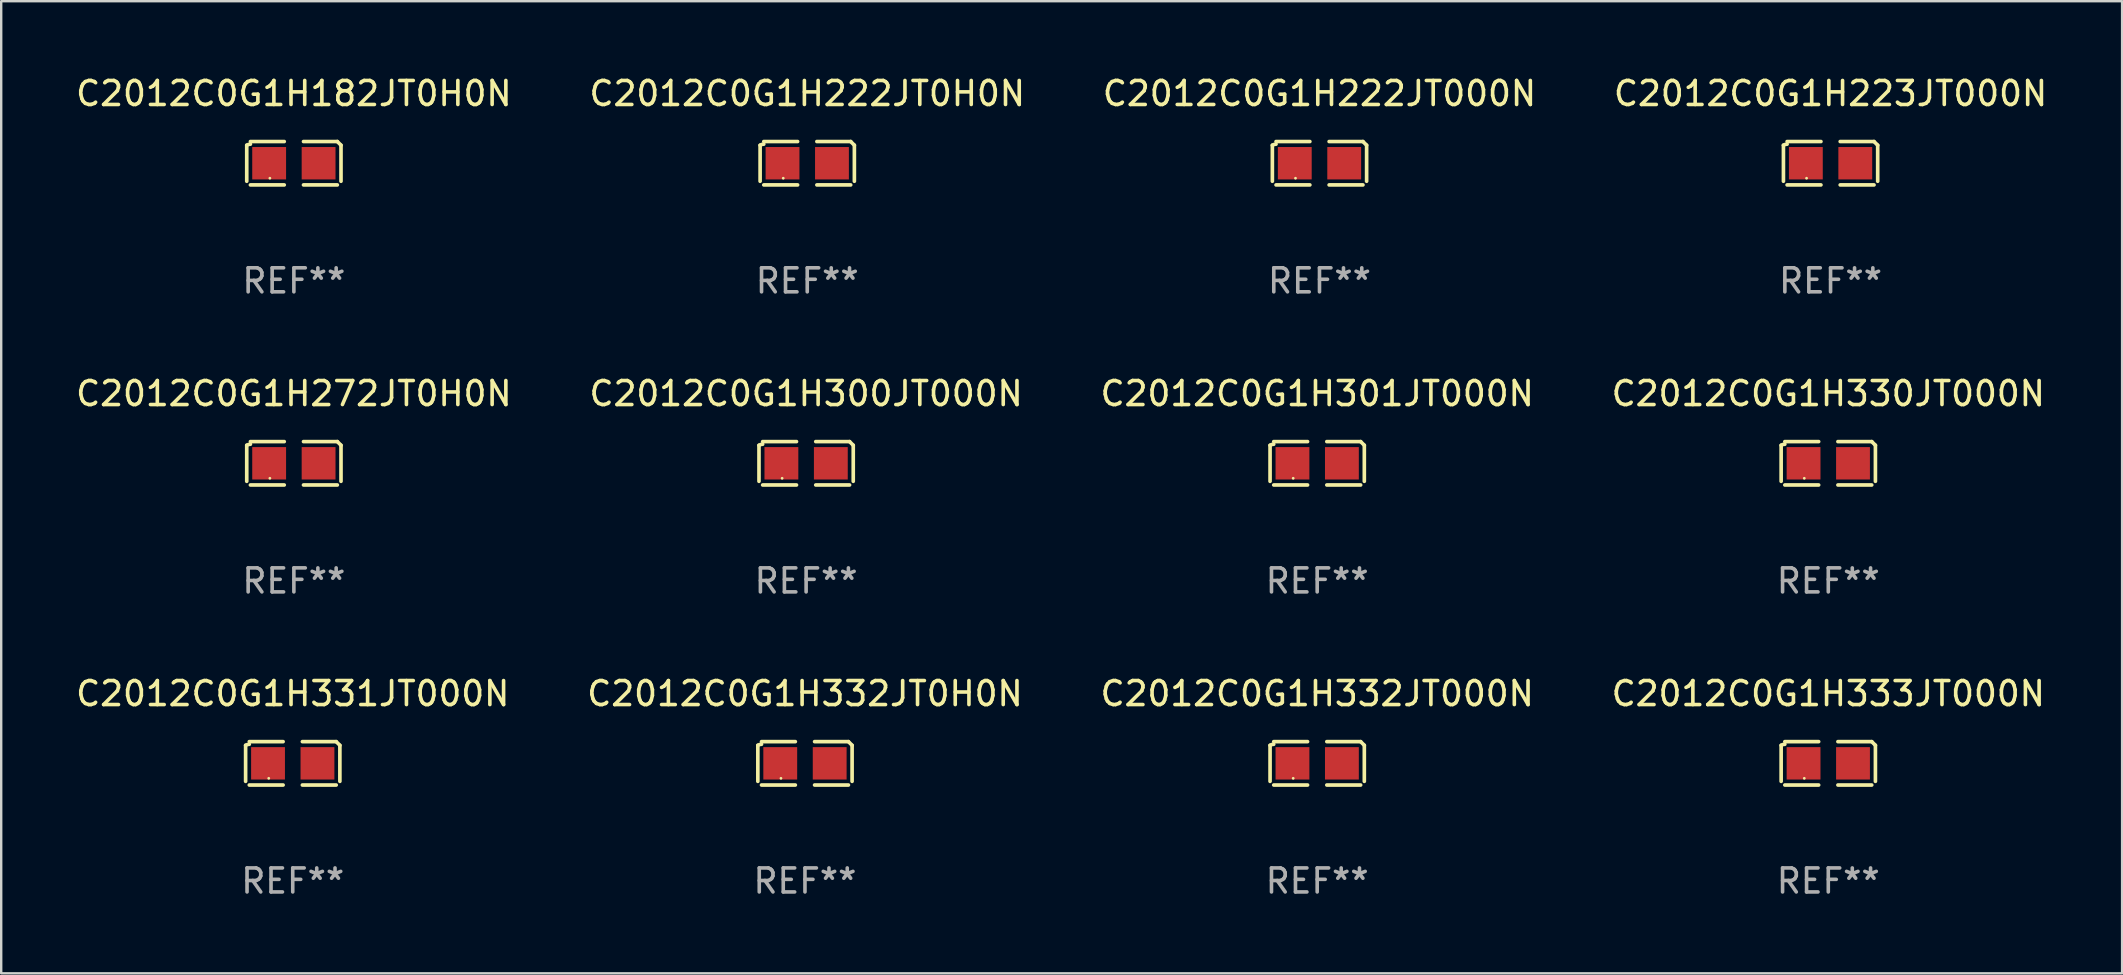
<source format=kicad_pcb>
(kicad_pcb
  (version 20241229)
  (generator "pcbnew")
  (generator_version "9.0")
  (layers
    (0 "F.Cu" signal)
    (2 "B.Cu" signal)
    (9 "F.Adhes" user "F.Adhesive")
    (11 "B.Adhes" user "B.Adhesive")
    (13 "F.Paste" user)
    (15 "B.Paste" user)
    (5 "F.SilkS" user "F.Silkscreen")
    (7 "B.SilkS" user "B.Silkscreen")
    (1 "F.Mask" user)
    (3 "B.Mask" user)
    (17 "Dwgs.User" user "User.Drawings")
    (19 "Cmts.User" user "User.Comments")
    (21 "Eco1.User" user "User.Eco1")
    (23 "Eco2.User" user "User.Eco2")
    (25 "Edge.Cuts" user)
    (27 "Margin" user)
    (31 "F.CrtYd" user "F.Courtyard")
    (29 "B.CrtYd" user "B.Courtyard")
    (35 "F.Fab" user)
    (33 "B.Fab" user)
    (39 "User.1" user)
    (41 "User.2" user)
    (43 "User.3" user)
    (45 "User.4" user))
  (footprint "C2012C0G1H223JT000N"
    (layer "F.Cu")
    (at 73.232 3.752)
    (property "Reference" "C2012C0G1H223JT000N" (at 0 -2.904 0) (layer "F.SilkS") (effects (font (size 1 1) (thickness 0.15))))
    (attr through_hole)
    (fp_line (start -1.964 0.751) (end -1.964 -0.751) (stroke (width 0.152) (type solid)) (layer "F.SilkS"))
    (fp_line (start -1.811 -0.904) (end -0.401 -0.904) (stroke (width 0.152) (type solid)) (layer "F.SilkS"))
    (fp_line (start -0.401 0.904) (end -1.811 0.904) (stroke (width 0.152) (type solid)) (layer "F.SilkS"))
    (fp_line (start 0.401 0.904) (end 1.811 0.904) (stroke (width 0.152) (type solid)) (layer "F.SilkS"))
    (fp_line (start 1.811 -0.904) (end 0.401 -0.904) (stroke (width 0.152) (type solid)) (layer "F.SilkS"))
    (fp_line (start 1.964 0.751) (end 1.964 -0.751) (stroke (width 0.152) (type solid)) (layer "F.SilkS"))
    (fp_arc (start -1.963602 -0.751207) (mid -1.890354 -0.783131) (end -1.811201 -0.794044) (stroke (width 0.1524) (type solid)) (layer "F.SilkS"))
    (fp_arc (start 1.811202 -0.903607) (mid 1.887413 -0.827418) (end 1.963602 -0.751207) (stroke (width 0.1524) (type solid)) (layer "F.SilkS"))
    (fp_circle (center -1 0.625) (end -0.97 0.625) (stroke (width 0.06) (type solid)) (fill no) (layer "F.SilkS"))
    (fp_text user "REF**" (at 0 4.904 0) (layer "F.Fab") (effects (font (size 1 1) (thickness 0.15))))
    (pad "1" smd rect (at -1.03 0) (size 1.41 1.35) (layers "F.Cu" "F.Mask" "F.Paste"))
    (pad "2" smd rect (at 1.03 0) (size 1.41 1.35) (layers "F.Cu" "F.Mask" "F.Paste")))
  (footprint "C2012C0G1H332JT0H0N"
    (layer "F.Cu")
    (at 30.494 28.759)
    (property "Reference" "C2012C0G1H332JT0H0N" (at 0 -2.904 0) (layer "F.SilkS") (effects (font (size 1 1) (thickness 0.15))))
    (attr through_hole)
    (fp_line (start -1.964 0.751) (end -1.964 -0.751) (stroke (width 0.152) (type solid)) (layer "F.SilkS"))
    (fp_line (start -1.811 -0.904) (end -0.401 -0.904) (stroke (width 0.152) (type solid)) (layer "F.SilkS"))
    (fp_line (start -0.401 0.904) (end -1.811 0.904) (stroke (width 0.152) (type solid)) (layer "F.SilkS"))
    (fp_line (start 0.401 0.904) (end 1.811 0.904) (stroke (width 0.152) (type solid)) (layer "F.SilkS"))
    (fp_line (start 1.811 -0.904) (end 0.401 -0.904) (stroke (width 0.152) (type solid)) (layer "F.SilkS"))
    (fp_line (start 1.964 0.751) (end 1.964 -0.751) (stroke (width 0.152) (type solid)) (layer "F.SilkS"))
    (fp_arc (start -1.963602 -0.751207) (mid -1.890354 -0.783131) (end -1.811201 -0.794044) (stroke (width 0.1524) (type solid)) (layer "F.SilkS"))
    (fp_arc (start 1.811202 -0.903607) (mid 1.887413 -0.827418) (end 1.963602 -0.751207) (stroke (width 0.1524) (type solid)) (layer "F.SilkS"))
    (fp_circle (center -1 0.625) (end -0.97 0.625) (stroke (width 0.06) (type solid)) (fill no) (layer "F.SilkS"))
    (fp_text user "REF**" (at 0 4.904 0) (layer "F.Fab") (effects (font (size 1 1) (thickness 0.15))))
    (pad "1" smd rect (at -1.03 0) (size 1.41 1.35) (layers "F.Cu" "F.Mask" "F.Paste"))
    (pad "2" smd rect (at 1.03 0) (size 1.41 1.35) (layers "F.Cu" "F.Mask" "F.Paste")))
  (footprint "C2012C0G1H272JT0H0N"
    (layer "F.Cu")
    (at 9.196 16.256)
    (property "Reference" "C2012C0G1H272JT0H0N" (at 0 -2.904 0) (layer "F.SilkS") (effects (font (size 1 1) (thickness 0.15))))
    (attr through_hole)
    (fp_line (start -1.964 0.751) (end -1.964 -0.751) (stroke (width 0.152) (type solid)) (layer "F.SilkS"))
    (fp_line (start -1.811 -0.904) (end -0.401 -0.904) (stroke (width 0.152) (type solid)) (layer "F.SilkS"))
    (fp_line (start -0.401 0.904) (end -1.811 0.904) (stroke (width 0.152) (type solid)) (layer "F.SilkS"))
    (fp_line (start 0.401 0.904) (end 1.811 0.904) (stroke (width 0.152) (type solid)) (layer "F.SilkS"))
    (fp_line (start 1.811 -0.904) (end 0.401 -0.904) (stroke (width 0.152) (type solid)) (layer "F.SilkS"))
    (fp_line (start 1.964 0.751) (end 1.964 -0.751) (stroke (width 0.152) (type solid)) (layer "F.SilkS"))
    (fp_arc (start -1.963602 -0.751207) (mid -1.890354 -0.783131) (end -1.811201 -0.794044) (stroke (width 0.1524) (type solid)) (layer "F.SilkS"))
    (fp_arc (start 1.811202 -0.903607) (mid 1.887413 -0.827418) (end 1.963602 -0.751207) (stroke (width 0.1524) (type solid)) (layer "F.SilkS"))
    (fp_circle (center -1 0.625) (end -0.97 0.625) (stroke (width 0.06) (type solid)) (fill no) (layer "F.SilkS"))
    (fp_text user "REF**" (at 0 4.904 0) (layer "F.Fab") (effects (font (size 1 1) (thickness 0.15))))
    (pad "1" smd rect (at -1.03 0) (size 1.41 1.35) (layers "F.Cu" "F.Mask" "F.Paste"))
    (pad "2" smd rect (at 1.03 0) (size 1.41 1.35) (layers "F.Cu" "F.Mask" "F.Paste")))
  (footprint "C2012C0G1H332JT000N"
    (layer "F.Cu")
    (at 51.839 28.759)
    (property "Reference" "C2012C0G1H332JT000N" (at 0 -2.904 0) (layer "F.SilkS") (effects (font (size 1 1) (thickness 0.15))))
    (attr through_hole)
    (fp_line (start -1.964 0.751) (end -1.964 -0.751) (stroke (width 0.152) (type solid)) (layer "F.SilkS"))
    (fp_line (start -1.811 -0.904) (end -0.401 -0.904) (stroke (width 0.152) (type solid)) (layer "F.SilkS"))
    (fp_line (start -0.401 0.904) (end -1.811 0.904) (stroke (width 0.152) (type solid)) (layer "F.SilkS"))
    (fp_line (start 0.401 0.904) (end 1.811 0.904) (stroke (width 0.152) (type solid)) (layer "F.SilkS"))
    (fp_line (start 1.811 -0.904) (end 0.401 -0.904) (stroke (width 0.152) (type solid)) (layer "F.SilkS"))
    (fp_line (start 1.964 0.751) (end 1.964 -0.751) (stroke (width 0.152) (type solid)) (layer "F.SilkS"))
    (fp_arc (start -1.963602 -0.751207) (mid -1.890354 -0.783131) (end -1.811201 -0.794044) (stroke (width 0.1524) (type solid)) (layer "F.SilkS"))
    (fp_arc (start 1.811202 -0.903607) (mid 1.887413 -0.827418) (end 1.963602 -0.751207) (stroke (width 0.1524) (type solid)) (layer "F.SilkS"))
    (fp_circle (center -1 0.625) (end -0.97 0.625) (stroke (width 0.06) (type solid)) (fill no) (layer "F.SilkS"))
    (fp_text user "REF**" (at 0 4.904 0) (layer "F.Fab") (effects (font (size 1 1) (thickness 0.15))))
    (pad "1" smd rect (at -1.03 0) (size 1.41 1.35) (layers "F.Cu" "F.Mask" "F.Paste"))
    (pad "2" smd rect (at 1.03 0) (size 1.41 1.35) (layers "F.Cu" "F.Mask" "F.Paste")))
  (footprint "C2012C0G1H182JT0H0N"
    (layer "F.Cu")
    (at 9.196 3.752)
    (property "Reference" "C2012C0G1H182JT0H0N" (at 0 -2.904 0) (layer "F.SilkS") (effects (font (size 1 1) (thickness 0.15))))
    (attr through_hole)
    (fp_line (start -1.964 0.751) (end -1.964 -0.751) (stroke (width 0.152) (type solid)) (layer "F.SilkS"))
    (fp_line (start -1.811 -0.904) (end -0.401 -0.904) (stroke (width 0.152) (type solid)) (layer "F.SilkS"))
    (fp_line (start -0.401 0.904) (end -1.811 0.904) (stroke (width 0.152) (type solid)) (layer "F.SilkS"))
    (fp_line (start 0.401 0.904) (end 1.811 0.904) (stroke (width 0.152) (type solid)) (layer "F.SilkS"))
    (fp_line (start 1.811 -0.904) (end 0.401 -0.904) (stroke (width 0.152) (type solid)) (layer "F.SilkS"))
    (fp_line (start 1.964 0.751) (end 1.964 -0.751) (stroke (width 0.152) (type solid)) (layer "F.SilkS"))
    (fp_arc (start -1.963602 -0.751207) (mid -1.890354 -0.783131) (end -1.811201 -0.794044) (stroke (width 0.1524) (type solid)) (layer "F.SilkS"))
    (fp_arc (start 1.811202 -0.903607) (mid 1.887413 -0.827418) (end 1.963602 -0.751207) (stroke (width 0.1524) (type solid)) (layer "F.SilkS"))
    (fp_circle (center -1 0.625) (end -0.97 0.625) (stroke (width 0.06) (type solid)) (fill no) (layer "F.SilkS"))
    (fp_text user "REF**" (at 0 4.904 0) (layer "F.Fab") (effects (font (size 1 1) (thickness 0.15))))
    (pad "1" smd rect (at -1.03 0) (size 1.41 1.35) (layers "F.Cu" "F.Mask" "F.Paste"))
    (pad "2" smd rect (at 1.03 0) (size 1.41 1.35) (layers "F.Cu" "F.Mask" "F.Paste")))
  (footprint "C2012C0G1H222JT000N"
    (layer "F.Cu")
    (at 51.935 3.752)
    (property "Reference" "C2012C0G1H222JT000N" (at 0 -2.904 0) (layer "F.SilkS") (effects (font (size 1 1) (thickness 0.15))))
    (attr through_hole)
    (fp_line (start -1.964 0.751) (end -1.964 -0.751) (stroke (width 0.152) (type solid)) (layer "F.SilkS"))
    (fp_line (start -1.811 -0.904) (end -0.401 -0.904) (stroke (width 0.152) (type solid)) (layer "F.SilkS"))
    (fp_line (start -0.401 0.904) (end -1.811 0.904) (stroke (width 0.152) (type solid)) (layer "F.SilkS"))
    (fp_line (start 0.401 0.904) (end 1.811 0.904) (stroke (width 0.152) (type solid)) (layer "F.SilkS"))
    (fp_line (start 1.811 -0.904) (end 0.401 -0.904) (stroke (width 0.152) (type solid)) (layer "F.SilkS"))
    (fp_line (start 1.964 0.751) (end 1.964 -0.751) (stroke (width 0.152) (type solid)) (layer "F.SilkS"))
    (fp_arc (start -1.963602 -0.751207) (mid -1.890354 -0.783131) (end -1.811201 -0.794044) (stroke (width 0.1524) (type solid)) (layer "F.SilkS"))
    (fp_arc (start 1.811202 -0.903607) (mid 1.887413 -0.827418) (end 1.963602 -0.751207) (stroke (width 0.1524) (type solid)) (layer "F.SilkS"))
    (fp_circle (center -1 0.625) (end -0.97 0.625) (stroke (width 0.06) (type solid)) (fill no) (layer "F.SilkS"))
    (fp_text user "REF**" (at 0 4.904 0) (layer "F.Fab") (effects (font (size 1 1) (thickness 0.15))))
    (pad "1" smd rect (at -1.03 0) (size 1.41 1.35) (layers "F.Cu" "F.Mask" "F.Paste"))
    (pad "2" smd rect (at 1.03 0) (size 1.41 1.35) (layers "F.Cu" "F.Mask" "F.Paste")))
  (footprint "C2012C0G1H301JT000N"
    (layer "F.Cu")
    (at 51.839 16.256)
    (property "Reference" "C2012C0G1H301JT000N" (at 0 -2.904 0) (layer "F.SilkS") (effects (font (size 1 1) (thickness 0.15))))
    (attr through_hole)
    (fp_line (start -1.964 0.751) (end -1.964 -0.751) (stroke (width 0.152) (type solid)) (layer "F.SilkS"))
    (fp_line (start -1.811 -0.904) (end -0.401 -0.904) (stroke (width 0.152) (type solid)) (layer "F.SilkS"))
    (fp_line (start -0.401 0.904) (end -1.811 0.904) (stroke (width 0.152) (type solid)) (layer "F.SilkS"))
    (fp_line (start 0.401 0.904) (end 1.811 0.904) (stroke (width 0.152) (type solid)) (layer "F.SilkS"))
    (fp_line (start 1.811 -0.904) (end 0.401 -0.904) (stroke (width 0.152) (type solid)) (layer "F.SilkS"))
    (fp_line (start 1.964 0.751) (end 1.964 -0.751) (stroke (width 0.152) (type solid)) (layer "F.SilkS"))
    (fp_arc (start -1.963602 -0.751207) (mid -1.890354 -0.783131) (end -1.811201 -0.794044) (stroke (width 0.1524) (type solid)) (layer "F.SilkS"))
    (fp_arc (start 1.811202 -0.903607) (mid 1.887413 -0.827418) (end 1.963602 -0.751207) (stroke (width 0.1524) (type solid)) (layer "F.SilkS"))
    (fp_circle (center -1 0.625) (end -0.97 0.625) (stroke (width 0.06) (type solid)) (fill no) (layer "F.SilkS"))
    (fp_text user "REF**" (at 0 4.904 0) (layer "F.Fab") (effects (font (size 1 1) (thickness 0.15))))
    (pad "1" smd rect (at -1.03 0) (size 1.41 1.35) (layers "F.Cu" "F.Mask" "F.Paste"))
    (pad "2" smd rect (at 1.03 0) (size 1.41 1.35) (layers "F.Cu" "F.Mask" "F.Paste")))
  (footprint "C2012C0G1H222JT0H0N"
    (layer "F.Cu")
    (at 30.589 3.752)
    (property "Reference" "C2012C0G1H222JT0H0N" (at 0 -2.904 0) (layer "F.SilkS") (effects (font (size 1 1) (thickness 0.15))))
    (attr through_hole)
    (fp_line (start -1.964 0.751) (end -1.964 -0.751) (stroke (width 0.152) (type solid)) (layer "F.SilkS"))
    (fp_line (start -1.811 -0.904) (end -0.401 -0.904) (stroke (width 0.152) (type solid)) (layer "F.SilkS"))
    (fp_line (start -0.401 0.904) (end -1.811 0.904) (stroke (width 0.152) (type solid)) (layer "F.SilkS"))
    (fp_line (start 0.401 0.904) (end 1.811 0.904) (stroke (width 0.152) (type solid)) (layer "F.SilkS"))
    (fp_line (start 1.811 -0.904) (end 0.401 -0.904) (stroke (width 0.152) (type solid)) (layer "F.SilkS"))
    (fp_line (start 1.964 0.751) (end 1.964 -0.751) (stroke (width 0.152) (type solid)) (layer "F.SilkS"))
    (fp_arc (start -1.963602 -0.751207) (mid -1.890354 -0.783131) (end -1.811201 -0.794044) (stroke (width 0.1524) (type solid)) (layer "F.SilkS"))
    (fp_arc (start 1.811202 -0.903607) (mid 1.887413 -0.827418) (end 1.963602 -0.751207) (stroke (width 0.1524) (type solid)) (layer "F.SilkS"))
    (fp_circle (center -1 0.625) (end -0.97 0.625) (stroke (width 0.06) (type solid)) (fill no) (layer "F.SilkS"))
    (fp_text user "REF**" (at 0 4.904 0) (layer "F.Fab") (effects (font (size 1 1) (thickness 0.15))))
    (pad "1" smd rect (at -1.03 0) (size 1.41 1.35) (layers "F.Cu" "F.Mask" "F.Paste"))
    (pad "2" smd rect (at 1.03 0) (size 1.41 1.35) (layers "F.Cu" "F.Mask" "F.Paste")))
  (footprint "C2012C0G1H330JT000N"
    (layer "F.Cu")
    (at 73.137 16.256)
    (property "Reference" "C2012C0G1H330JT000N" (at 0 -2.904 0) (layer "F.SilkS") (effects (font (size 1 1) (thickness 0.15))))
    (attr through_hole)
    (fp_line (start -1.964 0.751) (end -1.964 -0.751) (stroke (width 0.152) (type solid)) (layer "F.SilkS"))
    (fp_line (start -1.811 -0.904) (end -0.401 -0.904) (stroke (width 0.152) (type solid)) (layer "F.SilkS"))
    (fp_line (start -0.401 0.904) (end -1.811 0.904) (stroke (width 0.152) (type solid)) (layer "F.SilkS"))
    (fp_line (start 0.401 0.904) (end 1.811 0.904) (stroke (width 0.152) (type solid)) (layer "F.SilkS"))
    (fp_line (start 1.811 -0.904) (end 0.401 -0.904) (stroke (width 0.152) (type solid)) (layer "F.SilkS"))
    (fp_line (start 1.964 0.751) (end 1.964 -0.751) (stroke (width 0.152) (type solid)) (layer "F.SilkS"))
    (fp_arc (start -1.963602 -0.751207) (mid -1.890354 -0.783131) (end -1.811201 -0.794044) (stroke (width 0.1524) (type solid)) (layer "F.SilkS"))
    (fp_arc (start 1.811202 -0.903607) (mid 1.887413 -0.827418) (end 1.963602 -0.751207) (stroke (width 0.1524) (type solid)) (layer "F.SilkS"))
    (fp_circle (center -1 0.625) (end -0.97 0.625) (stroke (width 0.06) (type solid)) (fill no) (layer "F.SilkS"))
    (fp_text user "REF**" (at 0 4.904 0) (layer "F.Fab") (effects (font (size 1 1) (thickness 0.15))))
    (pad "1" smd rect (at -1.03 0) (size 1.41 1.35) (layers "F.Cu" "F.Mask" "F.Paste"))
    (pad "2" smd rect (at 1.03 0) (size 1.41 1.35) (layers "F.Cu" "F.Mask" "F.Paste")))
  (footprint "C2012C0G1H333JT000N"
    (layer "F.Cu")
    (at 73.137 28.759)
    (property "Reference" "C2012C0G1H333JT000N" (at 0 -2.904 0) (layer "F.SilkS") (effects (font (size 1 1) (thickness 0.15))))
    (attr through_hole)
    (fp_line (start -1.964 0.751) (end -1.964 -0.751) (stroke (width 0.152) (type solid)) (layer "F.SilkS"))
    (fp_line (start -1.811 -0.904) (end -0.401 -0.904) (stroke (width 0.152) (type solid)) (layer "F.SilkS"))
    (fp_line (start -0.401 0.904) (end -1.811 0.904) (stroke (width 0.152) (type solid)) (layer "F.SilkS"))
    (fp_line (start 0.401 0.904) (end 1.811 0.904) (stroke (width 0.152) (type solid)) (layer "F.SilkS"))
    (fp_line (start 1.811 -0.904) (end 0.401 -0.904) (stroke (width 0.152) (type solid)) (layer "F.SilkS"))
    (fp_line (start 1.964 0.751) (end 1.964 -0.751) (stroke (width 0.152) (type solid)) (layer "F.SilkS"))
    (fp_arc (start -1.963602 -0.751207) (mid -1.890354 -0.783131) (end -1.811201 -0.794044) (stroke (width 0.1524) (type solid)) (layer "F.SilkS"))
    (fp_arc (start 1.811202 -0.903607) (mid 1.887413 -0.827418) (end 1.963602 -0.751207) (stroke (width 0.1524) (type solid)) (layer "F.SilkS"))
    (fp_circle (center -1 0.625) (end -0.97 0.625) (stroke (width 0.06) (type solid)) (fill no) (layer "F.SilkS"))
    (fp_text user "REF**" (at 0 4.904 0) (layer "F.Fab") (effects (font (size 1 1) (thickness 0.15))))
    (pad "1" smd rect (at -1.03 0) (size 1.41 1.35) (layers "F.Cu" "F.Mask" "F.Paste"))
    (pad "2" smd rect (at 1.03 0) (size 1.41 1.35) (layers "F.Cu" "F.Mask" "F.Paste")))
  (footprint "C2012C0G1H331JT000N"
    (layer "F.Cu")
    (at 9.149 28.759)
    (property "Reference" "C2012C0G1H331JT000N" (at 0 -2.904 0) (layer "F.SilkS") (effects (font (size 1 1) (thickness 0.15))))
    (attr through_hole)
    (fp_line (start -1.964 0.751) (end -1.964 -0.751) (stroke (width 0.152) (type solid)) (layer "F.SilkS"))
    (fp_line (start -1.811 -0.904) (end -0.401 -0.904) (stroke (width 0.152) (type solid)) (layer "F.SilkS"))
    (fp_line (start -0.401 0.904) (end -1.811 0.904) (stroke (width 0.152) (type solid)) (layer "F.SilkS"))
    (fp_line (start 0.401 0.904) (end 1.811 0.904) (stroke (width 0.152) (type solid)) (layer "F.SilkS"))
    (fp_line (start 1.811 -0.904) (end 0.401 -0.904) (stroke (width 0.152) (type solid)) (layer "F.SilkS"))
    (fp_line (start 1.964 0.751) (end 1.964 -0.751) (stroke (width 0.152) (type solid)) (layer "F.SilkS"))
    (fp_arc (start -1.963602 -0.751207) (mid -1.890354 -0.783131) (end -1.811201 -0.794044) (stroke (width 0.1524) (type solid)) (layer "F.SilkS"))
    (fp_arc (start 1.811202 -0.903607) (mid 1.887413 -0.827418) (end 1.963602 -0.751207) (stroke (width 0.1524) (type solid)) (layer "F.SilkS"))
    (fp_circle (center -1 0.625) (end -0.97 0.625) (stroke (width 0.06) (type solid)) (fill no) (layer "F.SilkS"))
    (fp_text user "REF**" (at 0 4.904 0) (layer "F.Fab") (effects (font (size 1 1) (thickness 0.15))))
    (pad "1" smd rect (at -1.03 0) (size 1.41 1.35) (layers "F.Cu" "F.Mask" "F.Paste"))
    (pad "2" smd rect (at 1.03 0) (size 1.41 1.35) (layers "F.Cu" "F.Mask" "F.Paste")))
  (footprint "C2012C0G1H300JT000N"
    (layer "F.Cu")
    (at 30.542 16.256)
    (property "Reference" "C2012C0G1H300JT000N" (at 0 -2.904 0) (layer "F.SilkS") (effects (font (size 1 1) (thickness 0.15))))
    (attr through_hole)
    (fp_line (start -1.964 0.751) (end -1.964 -0.751) (stroke (width 0.152) (type solid)) (layer "F.SilkS"))
    (fp_line (start -1.811 -0.904) (end -0.401 -0.904) (stroke (width 0.152) (type solid)) (layer "F.SilkS"))
    (fp_line (start -0.401 0.904) (end -1.811 0.904) (stroke (width 0.152) (type solid)) (layer "F.SilkS"))
    (fp_line (start 0.401 0.904) (end 1.811 0.904) (stroke (width 0.152) (type solid)) (layer "F.SilkS"))
    (fp_line (start 1.811 -0.904) (end 0.401 -0.904) (stroke (width 0.152) (type solid)) (layer "F.SilkS"))
    (fp_line (start 1.964 0.751) (end 1.964 -0.751) (stroke (width 0.152) (type solid)) (layer "F.SilkS"))
    (fp_arc (start -1.963602 -0.751207) (mid -1.890354 -0.783131) (end -1.811201 -0.794044) (stroke (width 0.1524) (type solid)) (layer "F.SilkS"))
    (fp_arc (start 1.811202 -0.903607) (mid 1.887413 -0.827418) (end 1.963602 -0.751207) (stroke (width 0.1524) (type solid)) (layer "F.SilkS"))
    (fp_circle (center -1 0.625) (end -0.97 0.625) (stroke (width 0.06) (type solid)) (fill no) (layer "F.SilkS"))
    (fp_text user "REF**" (at 0 4.904 0) (layer "F.Fab") (effects (font (size 1 1) (thickness 0.15))))
    (pad "1" smd rect (at -1.03 0) (size 1.41 1.35) (layers "F.Cu" "F.Mask" "F.Paste"))
    (pad "2" smd rect (at 1.03 0) (size 1.41 1.35) (layers "F.Cu" "F.Mask" "F.Paste")))
  (gr_rect
    (start -3 -3)
    (end 85.381 37.511)
    (stroke (width 0.1) (type default))
    (fill no)
    (layer "Edge.Cuts")))
</source>
